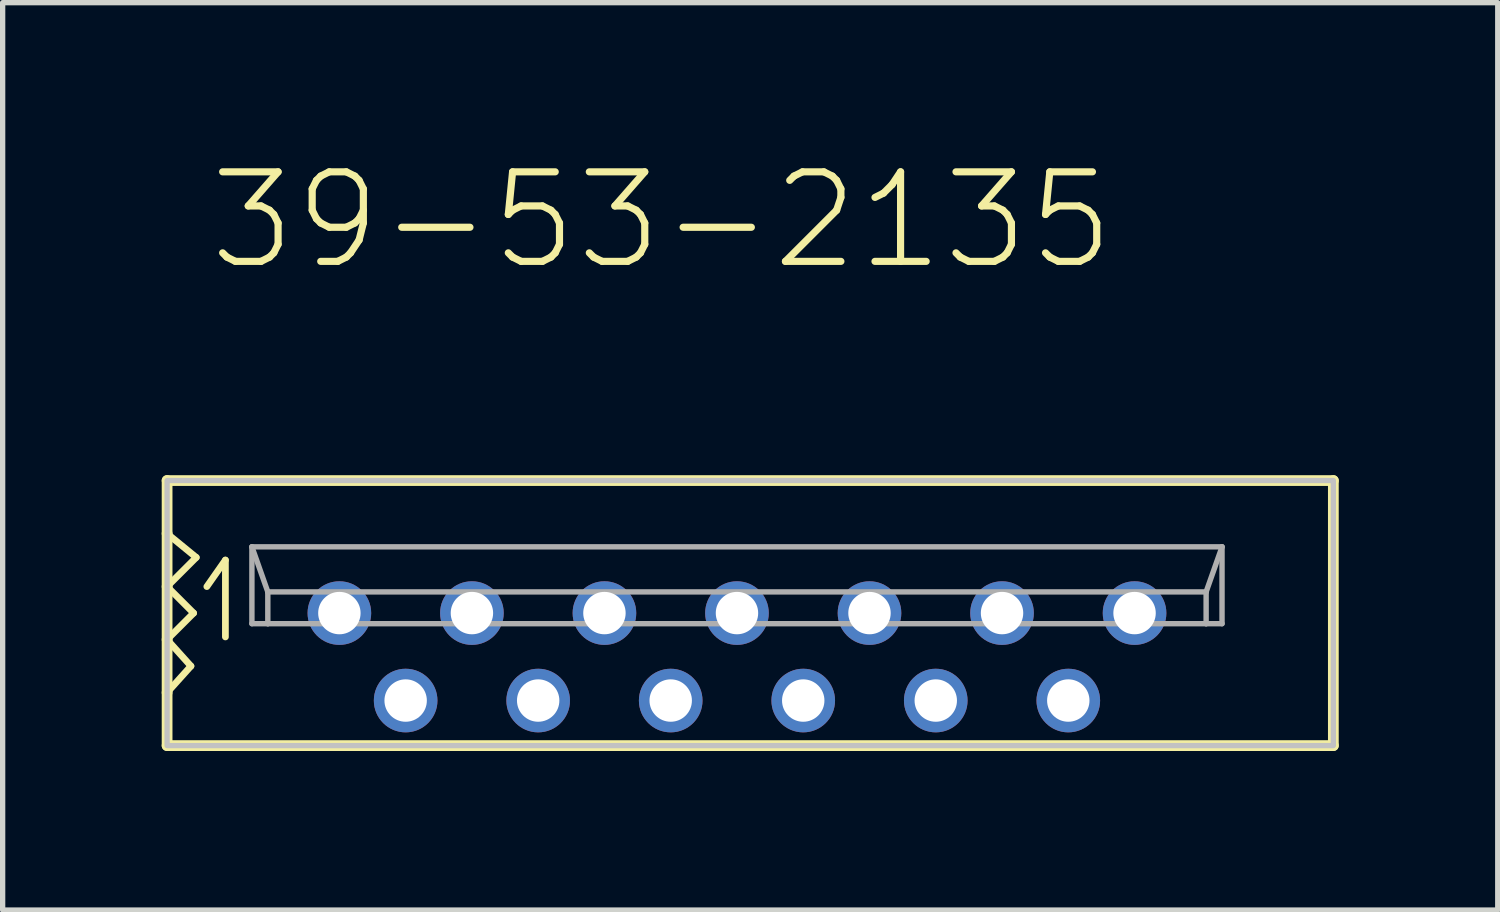
<source format=kicad_pcb>
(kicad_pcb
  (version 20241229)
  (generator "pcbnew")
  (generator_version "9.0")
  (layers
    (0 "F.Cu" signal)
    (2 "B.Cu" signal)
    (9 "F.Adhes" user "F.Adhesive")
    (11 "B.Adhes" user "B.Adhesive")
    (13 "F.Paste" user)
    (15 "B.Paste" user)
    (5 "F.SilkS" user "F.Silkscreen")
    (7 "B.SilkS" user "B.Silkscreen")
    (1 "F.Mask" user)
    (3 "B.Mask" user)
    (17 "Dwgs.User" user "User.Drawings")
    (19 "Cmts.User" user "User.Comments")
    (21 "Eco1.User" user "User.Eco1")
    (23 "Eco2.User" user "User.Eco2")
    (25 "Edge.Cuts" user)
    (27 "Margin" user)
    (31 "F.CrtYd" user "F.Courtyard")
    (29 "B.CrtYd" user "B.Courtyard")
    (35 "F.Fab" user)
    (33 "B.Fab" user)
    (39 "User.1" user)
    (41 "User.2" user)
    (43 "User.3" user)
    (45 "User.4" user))
  (footprint "39-53-2135"
    (layer "F.Cu")
    (at 10.852 8.515)
    (property "Reference" "39-53-2135" (at -10.032 -6.421 180) (layer "F.SilkS") (effects (font (size 1.689 1.689) (thickness 0.135)) (justify left bottom)))
    (attr through_hole)
    (fp_line (start -10.75 -2.5) (end -10.75 -1.5) (stroke (width 0.203) (type solid)) (layer "F.SilkS"))
    (fp_line (start -10.75 -1.5) (end -10.75 -0.5) (stroke (width 0.203) (type solid)) (layer "F.SilkS"))
    (fp_line (start -10.75 -0.5) (end -10.75 0.5) (stroke (width 0.203) (type solid)) (layer "F.SilkS"))
    (fp_line (start -10.75 -0.5) (end -10.2 -1.05) (stroke (width 0.127) (type solid)) (layer "F.SilkS"))
    (fp_line (start -10.75 0.5) (end -10.75 1.5) (stroke (width 0.203) (type solid)) (layer "F.SilkS"))
    (fp_line (start -10.75 0.5) (end -10.25 0) (stroke (width 0.127) (type solid)) (layer "F.SilkS"))
    (fp_line (start -10.75 1.5) (end -10.75 2.5) (stroke (width 0.203) (type solid)) (layer "F.SilkS"))
    (fp_line (start -10.75 1.5) (end -10.3 1) (stroke (width 0.127) (type solid)) (layer "F.SilkS"))
    (fp_line (start -10.75 2.5) (end 11.25 2.5) (stroke (width 0.203) (type solid)) (layer "F.SilkS"))
    (fp_line (start -10.3 1) (end -10.75 0.5) (stroke (width 0.127) (type solid)) (layer "F.SilkS"))
    (fp_line (start -10.25 0) (end -10.75 -0.5) (stroke (width 0.127) (type solid)) (layer "F.SilkS"))
    (fp_line (start -10.2 -1.05) (end -10.75 -1.5) (stroke (width 0.127) (type solid)) (layer "F.SilkS"))
    (fp_line (start -10 -0.5) (end -9.65 -1) (stroke (width 0.127) (type solid)) (layer "F.SilkS"))
    (fp_line (start -9.65 -1) (end -9.65 0.45) (stroke (width 0.127) (type solid)) (layer "F.SilkS"))
    (fp_line (start 11.25 -2.5) (end -10.75 -2.5) (stroke (width 0.203) (type solid)) (layer "F.SilkS"))
    (fp_line (start 11.25 2.5) (end 11.25 -2.5) (stroke (width 0.203) (type solid)) (layer "F.SilkS"))
    (fp_poly (pts (xy -10.75 2.5) (xy 11.25 2.5) (xy 11.25 -2.5) (xy -10.75 -2.5)) (stroke (width 0.1) (type solid)) (fill no) (layer "Dwgs.User"))
    (fp_line (start -9.15 -1.25) (end -8.85 -0.4) (stroke (width 0.102) (type solid)) (layer "F.Fab"))
    (fp_line (start -9.15 -1.25) (end 9.15 -1.25) (stroke (width 0.102) (type solid)) (layer "F.Fab"))
    (fp_line (start -9.15 0.2) (end -9.15 -1.25) (stroke (width 0.102) (type solid)) (layer "F.Fab"))
    (fp_line (start -8.85 -0.4) (end -8.85 0.2) (stroke (width 0.102) (type solid)) (layer "F.Fab"))
    (fp_line (start -8.85 0.2) (end -9.15 0.2) (stroke (width 0.102) (type solid)) (layer "F.Fab"))
    (fp_line (start -8.85 0.2) (end 8.85 0.2) (stroke (width 0.102) (type solid)) (layer "F.Fab"))
    (fp_line (start 8.85 -0.4) (end -8.85 -0.4) (stroke (width 0.102) (type solid)) (layer "F.Fab"))
    (fp_line (start 8.85 -0.4) (end 9.15 -1.25) (stroke (width 0.102) (type solid)) (layer "F.Fab"))
    (fp_line (start 8.85 0.2) (end 8.85 -0.4) (stroke (width 0.102) (type solid)) (layer "F.Fab"))
    (fp_line (start 9.15 -1.25) (end 9.15 0.2) (stroke (width 0.102) (type solid)) (layer "F.Fab"))
    (fp_line (start 9.15 0.2) (end 8.85 0.2) (stroke (width 0.102) (type solid)) (layer "F.Fab"))
    (pad "P$1" thru_hole circle (at -7.5 0) (size 1.2 1.2) (drill 0.8) (layers "*.Cu" "*.Mask"))
    (pad "P$2" thru_hole circle (at -6.25 1.65) (size 1.2 1.2) (drill 0.8) (layers "*.Cu" "*.Mask"))
    (pad "P$3" thru_hole circle (at -5 0) (size 1.2 1.2) (drill 0.8) (layers "*.Cu" "*.Mask"))
    (pad "P$4" thru_hole circle (at -3.75 1.65) (size 1.2 1.2) (drill 0.8) (layers "*.Cu" "*.Mask"))
    (pad "P$5" thru_hole circle (at -2.5 0) (size 1.2 1.2) (drill 0.8) (layers "*.Cu" "*.Mask"))
    (pad "P$6" thru_hole circle (at -1.25 1.65) (size 1.2 1.2) (drill 0.8) (layers "*.Cu" "*.Mask"))
    (pad "P$7" thru_hole circle (at 0 0) (size 1.2 1.2) (drill 0.8) (layers "*.Cu" "*.Mask"))
    (pad "P$8" thru_hole circle (at 1.25 1.65) (size 1.2 1.2) (drill 0.8) (layers "*.Cu" "*.Mask"))
    (pad "P$9" thru_hole circle (at 2.5 0) (size 1.2 1.2) (drill 0.8) (layers "*.Cu" "*.Mask"))
    (pad "P$10" thru_hole circle (at 3.75 1.65) (size 1.2 1.2) (drill 0.8) (layers "*.Cu" "*.Mask"))
    (pad "P$11" thru_hole circle (at 5 0) (size 1.2 1.2) (drill 0.8) (layers "*.Cu" "*.Mask"))
    (pad "P$12" thru_hole circle (at 6.25 1.65) (size 1.2 1.2) (drill 0.8) (layers "*.Cu" "*.Mask"))
    (pad "P$13" thru_hole circle (at 7.5 0) (size 1.2 1.2) (drill 0.8) (layers "*.Cu" "*.Mask")))
  (gr_rect
    (start -3 -3)
    (end 25.203 14.117)
    (stroke (width 0.1) (type default))
    (fill no)
    (layer "Edge.Cuts")))
</source>
